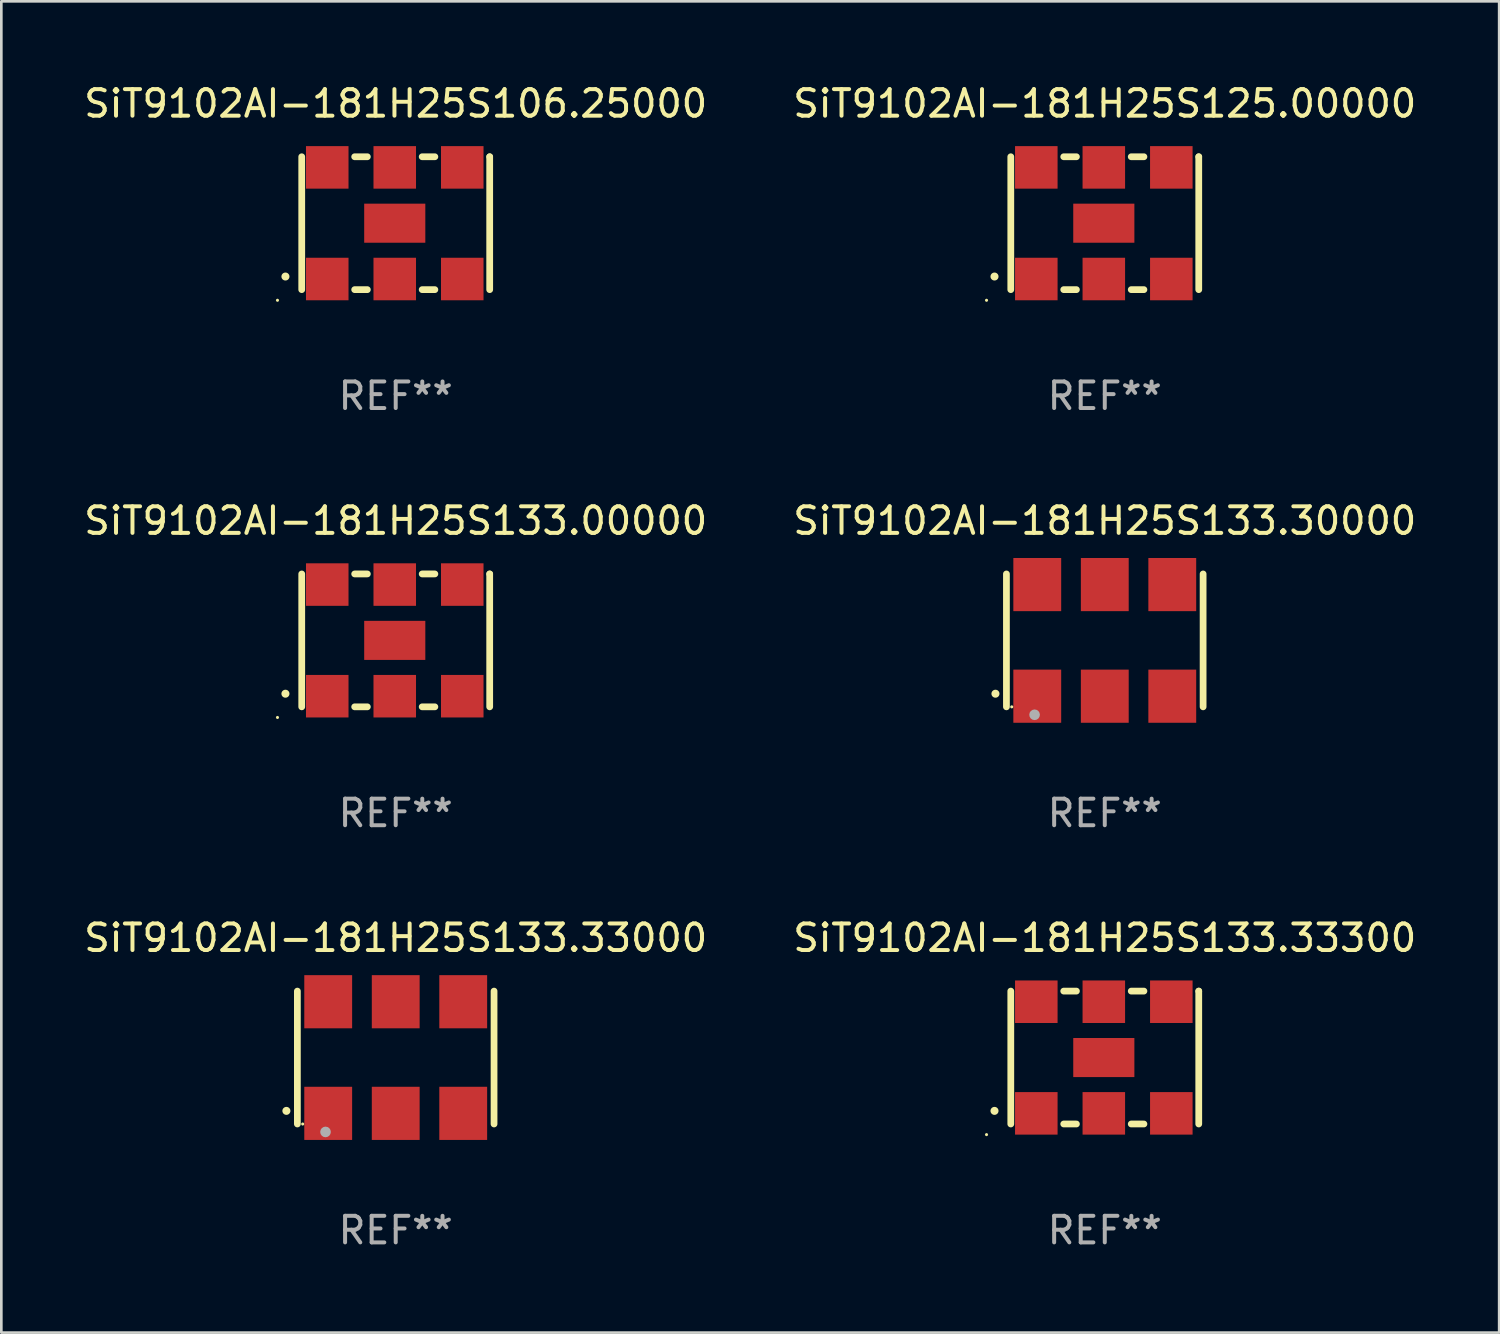
<source format=kicad_pcb>
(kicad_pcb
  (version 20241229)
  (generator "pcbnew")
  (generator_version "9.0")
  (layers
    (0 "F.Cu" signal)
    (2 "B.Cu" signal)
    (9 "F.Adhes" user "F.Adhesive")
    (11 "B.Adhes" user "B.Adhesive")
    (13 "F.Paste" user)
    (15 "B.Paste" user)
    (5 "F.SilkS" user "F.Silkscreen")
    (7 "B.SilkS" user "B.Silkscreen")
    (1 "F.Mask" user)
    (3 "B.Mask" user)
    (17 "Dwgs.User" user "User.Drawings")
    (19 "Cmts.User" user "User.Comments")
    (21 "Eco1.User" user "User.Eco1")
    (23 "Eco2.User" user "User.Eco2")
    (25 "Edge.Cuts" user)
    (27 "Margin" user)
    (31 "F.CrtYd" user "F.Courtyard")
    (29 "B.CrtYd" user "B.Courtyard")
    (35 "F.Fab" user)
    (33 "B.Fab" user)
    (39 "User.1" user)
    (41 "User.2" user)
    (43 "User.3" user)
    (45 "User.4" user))
  (footprint "SiT9102AI-181H25S125.00000"
    (layer "F.Cu")
    (at 38.518 5.348)
    (property "Reference" "SiT9102AI-181H25S125.00000" (at 0 -4.5 0) (layer "F.SilkS") (effects (font (size 1 1) (thickness 0.15))))
    (attr through_hole)
    (fp_line (start -3.536 -2.5) (end -3.536 2.5) (stroke (width 0.254) (type solid)) (layer "F.SilkS"))
    (fp_line (start -1.544 2.5) (end -1.067 2.5) (stroke (width 0.254) (type solid)) (layer "F.SilkS"))
    (fp_line (start -1.067 -2.5) (end -1.544 -2.5) (stroke (width 0.254) (type solid)) (layer "F.SilkS"))
    (fp_line (start 0.996 2.5) (end 1.473 2.5) (stroke (width 0.254) (type solid)) (layer "F.SilkS"))
    (fp_line (start 1.473 -2.5) (end 0.996 -2.5) (stroke (width 0.254) (type solid)) (layer "F.SilkS"))
    (fp_line (start 3.536 -2.5) (end 3.536 -2.5) (stroke (width 0.254) (type solid)) (layer "F.SilkS"))
    (fp_line (start 3.536 2.5) (end 3.536 -2.5) (stroke (width 0.254) (type solid)) (layer "F.SilkS"))
    (fp_arc (start -4.150432 2.006604) (mid -4.149162 2.006599) (end -4.147892 2.006604) (stroke (width 0.3) (type solid)) (layer "F.SilkS"))
    (fp_circle (center -4.449 2.9) (end -4.419 2.9) (stroke (width 0.06) (type solid)) (fill no) (layer "F.SilkS"))
    (fp_text user "REF**" (at 0 6.5 0) (layer "F.Fab") (effects (font (size 1 1) (thickness 0.15))))
    (pad "1" smd rect (at -2.576 2.1) (size 1.6 1.6) (layers "F.Cu" "F.Mask" "F.Paste"))
    (pad "2" smd rect (at -0.036 2.1) (size 1.6 1.6) (layers "F.Cu" "F.Mask" "F.Paste"))
    (pad "3" smd rect (at 2.504 2.1) (size 1.6 1.6) (layers "F.Cu" "F.Mask" "F.Paste"))
    (pad "4" smd rect (at 2.504 -2.1) (size 1.6 1.6) (layers "F.Cu" "F.Mask" "F.Paste"))
    (pad "5" smd rect (at -0.036 -2.1) (size 1.6 1.6) (layers "F.Cu" "F.Mask" "F.Paste"))
    (pad "6" smd rect (at -2.576 -2.1) (size 1.6 1.6) (layers "F.Cu" "F.Mask" "F.Paste"))
    (pad "7" smd rect (at -0.036 0) (size 2.3 1.47) (layers "F.Cu" "F.Mask" "F.Paste")))
  (footprint "SiT9102AI-181H25S133.33300"
    (layer "F.Cu")
    (at 38.518 36.741)
    (property "Reference" "SiT9102AI-181H25S133.33300" (at 0 -4.5 0) (layer "F.SilkS") (effects (font (size 1 1) (thickness 0.15))))
    (attr through_hole)
    (fp_line (start -3.536 -2.5) (end -3.536 2.5) (stroke (width 0.254) (type solid)) (layer "F.SilkS"))
    (fp_line (start -1.544 2.5) (end -1.067 2.5) (stroke (width 0.254) (type solid)) (layer "F.SilkS"))
    (fp_line (start -1.067 -2.5) (end -1.544 -2.5) (stroke (width 0.254) (type solid)) (layer "F.SilkS"))
    (fp_line (start 0.996 2.5) (end 1.473 2.5) (stroke (width 0.254) (type solid)) (layer "F.SilkS"))
    (fp_line (start 1.473 -2.5) (end 0.996 -2.5) (stroke (width 0.254) (type solid)) (layer "F.SilkS"))
    (fp_line (start 3.536 -2.5) (end 3.536 -2.5) (stroke (width 0.254) (type solid)) (layer "F.SilkS"))
    (fp_line (start 3.536 2.5) (end 3.536 -2.5) (stroke (width 0.254) (type solid)) (layer "F.SilkS"))
    (fp_arc (start -4.150432 2.006604) (mid -4.149162 2.006599) (end -4.147892 2.006604) (stroke (width 0.3) (type solid)) (layer "F.SilkS"))
    (fp_circle (center -4.449 2.9) (end -4.419 2.9) (stroke (width 0.06) (type solid)) (fill no) (layer "F.SilkS"))
    (fp_text user "REF**" (at 0 6.5 0) (layer "F.Fab") (effects (font (size 1 1) (thickness 0.15))))
    (pad "1" smd rect (at -2.576 2.1) (size 1.6 1.6) (layers "F.Cu" "F.Mask" "F.Paste"))
    (pad "2" smd rect (at -0.036 2.1) (size 1.6 1.6) (layers "F.Cu" "F.Mask" "F.Paste"))
    (pad "3" smd rect (at 2.504 2.1) (size 1.6 1.6) (layers "F.Cu" "F.Mask" "F.Paste"))
    (pad "4" smd rect (at 2.504 -2.1) (size 1.6 1.6) (layers "F.Cu" "F.Mask" "F.Paste"))
    (pad "5" smd rect (at -0.036 -2.1) (size 1.6 1.6) (layers "F.Cu" "F.Mask" "F.Paste"))
    (pad "6" smd rect (at -2.576 -2.1) (size 1.6 1.6) (layers "F.Cu" "F.Mask" "F.Paste"))
    (pad "7" smd rect (at -0.036 0) (size 2.3 1.47) (layers "F.Cu" "F.Mask" "F.Paste")))
  (footprint "SiT9102AI-181H25S106.25000"
    (layer "F.Cu")
    (at 11.839 5.348)
    (property "Reference" "SiT9102AI-181H25S106.25000" (at 0 -4.5 0) (layer "F.SilkS") (effects (font (size 1 1) (thickness 0.15))))
    (attr through_hole)
    (fp_line (start -3.536 -2.5) (end -3.536 2.5) (stroke (width 0.254) (type solid)) (layer "F.SilkS"))
    (fp_line (start -1.544 2.5) (end -1.067 2.5) (stroke (width 0.254) (type solid)) (layer "F.SilkS"))
    (fp_line (start -1.067 -2.5) (end -1.544 -2.5) (stroke (width 0.254) (type solid)) (layer "F.SilkS"))
    (fp_line (start 0.996 2.5) (end 1.473 2.5) (stroke (width 0.254) (type solid)) (layer "F.SilkS"))
    (fp_line (start 1.473 -2.5) (end 0.996 -2.5) (stroke (width 0.254) (type solid)) (layer "F.SilkS"))
    (fp_line (start 3.536 -2.5) (end 3.536 -2.5) (stroke (width 0.254) (type solid)) (layer "F.SilkS"))
    (fp_line (start 3.536 2.5) (end 3.536 -2.5) (stroke (width 0.254) (type solid)) (layer "F.SilkS"))
    (fp_arc (start -4.150432 2.006604) (mid -4.149162 2.006599) (end -4.147892 2.006604) (stroke (width 0.3) (type solid)) (layer "F.SilkS"))
    (fp_circle (center -4.449 2.9) (end -4.419 2.9) (stroke (width 0.06) (type solid)) (fill no) (layer "F.SilkS"))
    (fp_text user "REF**" (at 0 6.5 0) (layer "F.Fab") (effects (font (size 1 1) (thickness 0.15))))
    (pad "1" smd rect (at -2.576 2.1) (size 1.6 1.6) (layers "F.Cu" "F.Mask" "F.Paste"))
    (pad "2" smd rect (at -0.036 2.1) (size 1.6 1.6) (layers "F.Cu" "F.Mask" "F.Paste"))
    (pad "3" smd rect (at 2.504 2.1) (size 1.6 1.6) (layers "F.Cu" "F.Mask" "F.Paste"))
    (pad "4" smd rect (at 2.504 -2.1) (size 1.6 1.6) (layers "F.Cu" "F.Mask" "F.Paste"))
    (pad "5" smd rect (at -0.036 -2.1) (size 1.6 1.6) (layers "F.Cu" "F.Mask" "F.Paste"))
    (pad "6" smd rect (at -2.576 -2.1) (size 1.6 1.6) (layers "F.Cu" "F.Mask" "F.Paste"))
    (pad "7" smd rect (at -0.036 0) (size 2.3 1.47) (layers "F.Cu" "F.Mask" "F.Paste")))
  (footprint "SiT9102AI-181H25S133.33000"
    (layer "F.Cu")
    (at 11.839 36.741)
    (property "Reference" "SiT9102AI-181H25S133.33000" (at 0 -4.5 0) (layer "F.SilkS") (effects (font (size 1 1) (thickness 0.15))))
    (attr through_hole)
    (fp_line (start -3.7 -2.5) (end -3.7 2.5) (stroke (width 0.254) (type solid)) (layer "F.SilkS"))
    (fp_line (start 3.7 -2.5) (end 3.7 2.5) (stroke (width 0.254) (type solid)) (layer "F.SilkS"))
    (fp_arc (start -4.114415 2.006604) (mid -4.113145 2.006599) (end -4.111875 2.006604) (stroke (width 0.3) (type solid)) (layer "F.SilkS"))
    (fp_circle (center -3.5 2.501) (end -3.47 2.501) (stroke (width 0.06) (type solid)) (fill no) (layer "F.SilkS"))
    (fp_circle (center -2.641 2.799) (end -2.541 2.799) (stroke (width 0.2) (type solid)) (fill no) (layer "F.Fab"))
    (fp_text user "REF**" (at 0 6.5 0) (layer "F.Fab") (effects (font (size 1 1) (thickness 0.15))))
    (pad "1" smd rect (at -2.54 2.1) (size 1.8 2) (layers "F.Cu" "F.Mask" "F.Paste"))
    (pad "2" smd rect (at 0.000394 2.1) (size 1.8 2) (layers "F.Cu" "F.Mask" "F.Paste"))
    (pad "3" smd rect (at 2.54 2.1) (size 1.8 2) (layers "F.Cu" "F.Mask" "F.Paste"))
    (pad "4" smd rect (at 2.54 -2.1) (size 1.8 2) (layers "F.Cu" "F.Mask" "F.Paste"))
    (pad "5" smd rect (at 0.000394 -2.1) (size 1.8 2) (layers "F.Cu" "F.Mask" "F.Paste"))
    (pad "6" smd rect (at -2.54 -2.1) (size 1.8 2) (layers "F.Cu" "F.Mask" "F.Paste")))
  (footprint "SiT9102AI-181H25S133.00000"
    (layer "F.Cu")
    (at 11.839 21.045)
    (property "Reference" "SiT9102AI-181H25S133.00000" (at 0 -4.5 0) (layer "F.SilkS") (effects (font (size 1 1) (thickness 0.15))))
    (attr through_hole)
    (fp_line (start -3.536 -2.5) (end -3.536 2.5) (stroke (width 0.254) (type solid)) (layer "F.SilkS"))
    (fp_line (start -1.544 2.5) (end -1.067 2.5) (stroke (width 0.254) (type solid)) (layer "F.SilkS"))
    (fp_line (start -1.067 -2.5) (end -1.544 -2.5) (stroke (width 0.254) (type solid)) (layer "F.SilkS"))
    (fp_line (start 0.996 2.5) (end 1.473 2.5) (stroke (width 0.254) (type solid)) (layer "F.SilkS"))
    (fp_line (start 1.473 -2.5) (end 0.996 -2.5) (stroke (width 0.254) (type solid)) (layer "F.SilkS"))
    (fp_line (start 3.536 -2.5) (end 3.536 -2.5) (stroke (width 0.254) (type solid)) (layer "F.SilkS"))
    (fp_line (start 3.536 2.5) (end 3.536 -2.5) (stroke (width 0.254) (type solid)) (layer "F.SilkS"))
    (fp_arc (start -4.150432 2.006604) (mid -4.149162 2.006599) (end -4.147892 2.006604) (stroke (width 0.3) (type solid)) (layer "F.SilkS"))
    (fp_circle (center -4.449 2.9) (end -4.419 2.9) (stroke (width 0.06) (type solid)) (fill no) (layer "F.SilkS"))
    (fp_text user "REF**" (at 0 6.5 0) (layer "F.Fab") (effects (font (size 1 1) (thickness 0.15))))
    (pad "1" smd rect (at -2.576 2.1) (size 1.6 1.6) (layers "F.Cu" "F.Mask" "F.Paste"))
    (pad "2" smd rect (at -0.036 2.1) (size 1.6 1.6) (layers "F.Cu" "F.Mask" "F.Paste"))
    (pad "3" smd rect (at 2.504 2.1) (size 1.6 1.6) (layers "F.Cu" "F.Mask" "F.Paste"))
    (pad "4" smd rect (at 2.504 -2.1) (size 1.6 1.6) (layers "F.Cu" "F.Mask" "F.Paste"))
    (pad "5" smd rect (at -0.036 -2.1) (size 1.6 1.6) (layers "F.Cu" "F.Mask" "F.Paste"))
    (pad "6" smd rect (at -2.576 -2.1) (size 1.6 1.6) (layers "F.Cu" "F.Mask" "F.Paste"))
    (pad "7" smd rect (at -0.036 0) (size 2.3 1.47) (layers "F.Cu" "F.Mask" "F.Paste")))
  (footprint "SiT9102AI-181H25S133.30000"
    (layer "F.Cu")
    (at 38.518 21.045)
    (property "Reference" "SiT9102AI-181H25S133.30000" (at 0 -4.5 0) (layer "F.SilkS") (effects (font (size 1 1) (thickness 0.15))))
    (attr through_hole)
    (fp_line (start -3.7 -2.5) (end -3.7 2.5) (stroke (width 0.254) (type solid)) (layer "F.SilkS"))
    (fp_line (start 3.7 -2.5) (end 3.7 2.5) (stroke (width 0.254) (type solid)) (layer "F.SilkS"))
    (fp_arc (start -4.114415 2.006604) (mid -4.113145 2.006599) (end -4.111875 2.006604) (stroke (width 0.3) (type solid)) (layer "F.SilkS"))
    (fp_circle (center -3.5 2.501) (end -3.47 2.501) (stroke (width 0.06) (type solid)) (fill no) (layer "F.SilkS"))
    (fp_circle (center -2.641 2.799) (end -2.541 2.799) (stroke (width 0.2) (type solid)) (fill no) (layer "F.Fab"))
    (fp_text user "REF**" (at 0 6.5 0) (layer "F.Fab") (effects (font (size 1 1) (thickness 0.15))))
    (pad "1" smd rect (at -2.54 2.1) (size 1.8 2) (layers "F.Cu" "F.Mask" "F.Paste"))
    (pad "2" smd rect (at 0.000394 2.1) (size 1.8 2) (layers "F.Cu" "F.Mask" "F.Paste"))
    (pad "3" smd rect (at 2.54 2.1) (size 1.8 2) (layers "F.Cu" "F.Mask" "F.Paste"))
    (pad "4" smd rect (at 2.54 -2.1) (size 1.8 2) (layers "F.Cu" "F.Mask" "F.Paste"))
    (pad "5" smd rect (at 0.000394 -2.1) (size 1.8 2) (layers "F.Cu" "F.Mask" "F.Paste"))
    (pad "6" smd rect (at -2.54 -2.1) (size 1.8 2) (layers "F.Cu" "F.Mask" "F.Paste")))
  (gr_rect
    (start -3 -3)
    (end 53.357 47.09)
    (stroke (width 0.1) (type default))
    (fill no)
    (layer "Edge.Cuts")))
</source>
